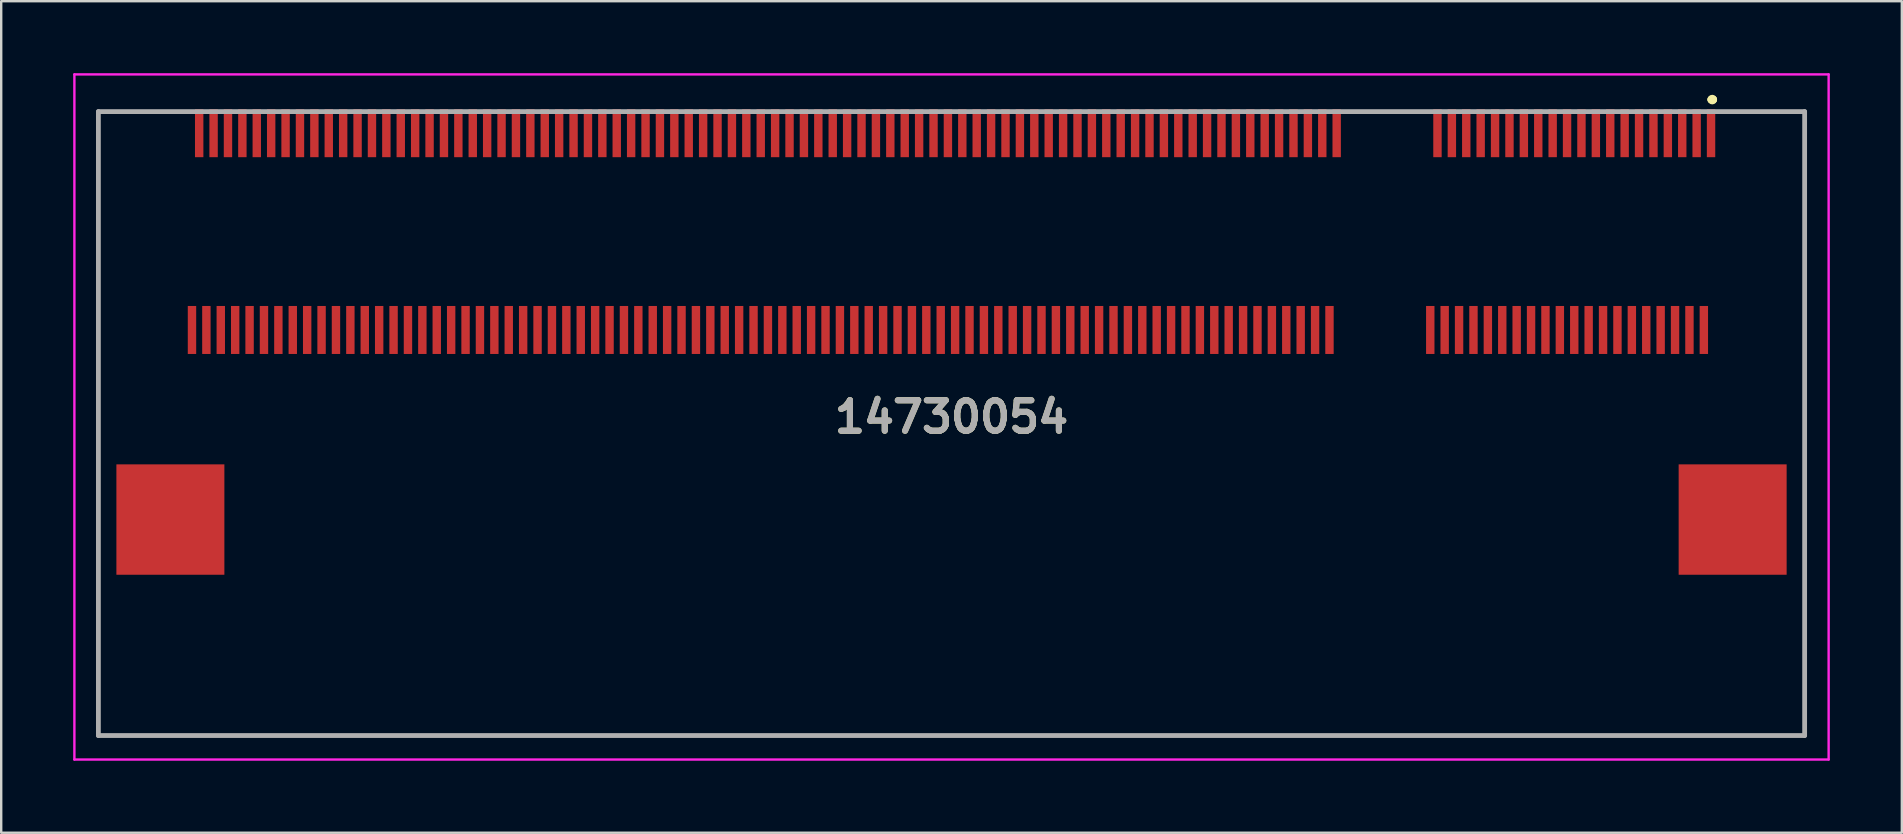
<source format=kicad_pcb>
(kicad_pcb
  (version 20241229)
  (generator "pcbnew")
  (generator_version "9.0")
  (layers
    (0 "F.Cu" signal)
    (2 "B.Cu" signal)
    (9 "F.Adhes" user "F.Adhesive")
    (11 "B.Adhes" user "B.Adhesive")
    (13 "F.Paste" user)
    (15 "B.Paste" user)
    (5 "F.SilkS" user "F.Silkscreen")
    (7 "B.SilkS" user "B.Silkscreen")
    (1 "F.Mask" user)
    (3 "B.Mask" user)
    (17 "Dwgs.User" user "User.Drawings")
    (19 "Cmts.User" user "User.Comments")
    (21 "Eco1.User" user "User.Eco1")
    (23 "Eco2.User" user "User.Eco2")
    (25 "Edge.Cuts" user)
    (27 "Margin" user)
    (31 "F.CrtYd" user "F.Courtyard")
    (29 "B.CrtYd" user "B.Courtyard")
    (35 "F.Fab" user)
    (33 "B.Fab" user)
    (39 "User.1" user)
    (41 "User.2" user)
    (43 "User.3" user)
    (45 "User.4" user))
  (footprint "14730054"
    (layer "F.Cu")
    (at 36.6 14.6)
    (property "Reference" "14730054" (at 0 -0.275 0) (layer "F.SilkS") (effects (font (size 1.27 1.27) (thickness 0.254))))
    (attr through_hole)
    (fp_line (start -35.55 -13) (end -32 -13) (stroke (width 0.1) (type solid)) (layer "F.SilkS"))
    (fp_line (start -35.55 13) (end -35.55 -13) (stroke (width 0.1) (type solid)) (layer "F.SilkS"))
    (fp_line (start 31.65 -13.5) (end 31.65 -13.5) (stroke (width 0.3) (type solid)) (layer "F.SilkS"))
    (fp_line (start 31.75 -13.5) (end 31.75 -13.5) (stroke (width 0.3) (type solid)) (layer "F.SilkS"))
    (fp_line (start 32.55 -13) (end 35.55 -13) (stroke (width 0.1) (type solid)) (layer "F.SilkS"))
    (fp_line (start 35.55 -13) (end 35.55 13) (stroke (width 0.1) (type solid)) (layer "F.SilkS"))
    (fp_line (start 35.55 13) (end -35.55 13) (stroke (width 0.1) (type solid)) (layer "F.SilkS"))
    (fp_arc (start 31.65 -13.5) (mid 31.7 -13.55) (end 31.75 -13.5) (stroke (width 0.3) (type solid)) (layer "F.SilkS"))
    (fp_arc (start 31.75 -13.5) (mid 31.7 -13.45) (end 31.65 -13.5) (stroke (width 0.3) (type solid)) (layer "F.SilkS"))
    (fp_line (start -36.55 -14.55) (end 36.55 -14.55) (stroke (width 0.1) (type solid)) (layer "F.CrtYd"))
    (fp_line (start -36.55 14) (end -36.55 -14.55) (stroke (width 0.1) (type solid)) (layer "F.CrtYd"))
    (fp_line (start 36.55 -14.55) (end 36.55 14) (stroke (width 0.1) (type solid)) (layer "F.CrtYd"))
    (fp_line (start 36.55 14) (end -36.55 14) (stroke (width 0.1) (type solid)) (layer "F.CrtYd"))
    (fp_line (start -35.55 -13) (end 35.55 -13) (stroke (width 0.2) (type solid)) (layer "F.Fab"))
    (fp_line (start -35.55 13) (end -35.55 -13) (stroke (width 0.2) (type solid)) (layer "F.Fab"))
    (fp_line (start 35.55 -13) (end 35.55 13) (stroke (width 0.2) (type solid)) (layer "F.Fab"))
    (fp_line (start 35.55 13) (end -35.55 13) (stroke (width 0.2) (type solid)) (layer "F.Fab"))
    (fp_text user "${REFERENCE}" (at 0 -0.275 0) (layer "F.Fab") (effects (font (size 1.27 1.27) (thickness 0.254))))
    (pad "" np_thru_hole circle (at -33.4 -8) (size 0.001 0.001) (drill 1.2) (layers "*.Cu" "*.Mask"))
    (pad "" np_thru_hole circle (at 33.4 -8) (size 0.001 0.001) (drill 1.7) (layers "*.Cu" "*.Mask"))
    (pad "1" smd rect (at 31.65 -12.1) (size 0.35 2) (layers "F.Cu" "F.Mask" "F.Paste"))
    (pad "2" smd rect (at 31.35 -3.9) (size 0.35 2) (layers "F.Cu" "F.Mask" "F.Paste"))
    (pad "3" smd rect (at 31.05 -12.1) (size 0.35 2) (layers "F.Cu" "F.Mask" "F.Paste"))
    (pad "4" smd rect (at 30.75 -3.9) (size 0.35 2) (layers "F.Cu" "F.Mask" "F.Paste"))
    (pad "5" smd rect (at 30.45 -12.1) (size 0.35 2) (layers "F.Cu" "F.Mask" "F.Paste"))
    (pad "6" smd rect (at 30.15 -3.9) (size 0.35 2) (layers "F.Cu" "F.Mask" "F.Paste"))
    (pad "7" smd rect (at 29.85 -12.1) (size 0.35 2) (layers "F.Cu" "F.Mask" "F.Paste"))
    (pad "8" smd rect (at 29.55 -3.9) (size 0.35 2) (layers "F.Cu" "F.Mask" "F.Paste"))
    (pad "9" smd rect (at 29.25 -12.1) (size 0.35 2) (layers "F.Cu" "F.Mask" "F.Paste"))
    (pad "10" smd rect (at 28.95 -3.9) (size 0.35 2) (layers "F.Cu" "F.Mask" "F.Paste"))
    (pad "11" smd rect (at 28.65 -12.1) (size 0.35 2) (layers "F.Cu" "F.Mask" "F.Paste"))
    (pad "12" smd rect (at 28.35 -3.9) (size 0.35 2) (layers "F.Cu" "F.Mask" "F.Paste"))
    (pad "13" smd rect (at 28.05 -12.1) (size 0.35 2) (layers "F.Cu" "F.Mask" "F.Paste"))
    (pad "14" smd rect (at 27.75 -3.9) (size 0.35 2) (layers "F.Cu" "F.Mask" "F.Paste"))
    (pad "15" smd rect (at 27.45 -12.1) (size 0.35 2) (layers "F.Cu" "F.Mask" "F.Paste"))
    (pad "16" smd rect (at 27.15 -3.9) (size 0.35 2) (layers "F.Cu" "F.Mask" "F.Paste"))
    (pad "17" smd rect (at 26.85 -12.1) (size 0.35 2) (layers "F.Cu" "F.Mask" "F.Paste"))
    (pad "18" smd rect (at 26.55 -3.9) (size 0.35 2) (layers "F.Cu" "F.Mask" "F.Paste"))
    (pad "19" smd rect (at 26.25 -12.1) (size 0.35 2) (layers "F.Cu" "F.Mask" "F.Paste"))
    (pad "20" smd rect (at 25.95 -3.9) (size 0.35 2) (layers "F.Cu" "F.Mask" "F.Paste"))
    (pad "21" smd rect (at 25.65 -12.1) (size 0.35 2) (layers "F.Cu" "F.Mask" "F.Paste"))
    (pad "22" smd rect (at 25.35 -3.9) (size 0.35 2) (layers "F.Cu" "F.Mask" "F.Paste"))
    (pad "23" smd rect (at 25.05 -12.1) (size 0.35 2) (layers "F.Cu" "F.Mask" "F.Paste"))
    (pad "24" smd rect (at 24.75 -3.9) (size 0.35 2) (layers "F.Cu" "F.Mask" "F.Paste"))
    (pad "25" smd rect (at 24.45 -12.1) (size 0.35 2) (layers "F.Cu" "F.Mask" "F.Paste"))
    (pad "26" smd rect (at 24.15 -3.9) (size 0.35 2) (layers "F.Cu" "F.Mask" "F.Paste"))
    (pad "27" smd rect (at 23.85 -12.1) (size 0.35 2) (layers "F.Cu" "F.Mask" "F.Paste"))
    (pad "28" smd rect (at 23.55 -3.9) (size 0.35 2) (layers "F.Cu" "F.Mask" "F.Paste"))
    (pad "29" smd rect (at 23.25 -12.1) (size 0.35 2) (layers "F.Cu" "F.Mask" "F.Paste"))
    (pad "30" smd rect (at 22.95 -3.9) (size 0.35 2) (layers "F.Cu" "F.Mask" "F.Paste"))
    (pad "31" smd rect (at 22.65 -12.1) (size 0.35 2) (layers "F.Cu" "F.Mask" "F.Paste"))
    (pad "32" smd rect (at 22.35 -3.9) (size 0.35 2) (layers "F.Cu" "F.Mask" "F.Paste"))
    (pad "33" smd rect (at 22.05 -12.1) (size 0.35 2) (layers "F.Cu" "F.Mask" "F.Paste"))
    (pad "34" smd rect (at 21.75 -3.9) (size 0.35 2) (layers "F.Cu" "F.Mask" "F.Paste"))
    (pad "35" smd rect (at 21.45 -12.1) (size 0.35 2) (layers "F.Cu" "F.Mask" "F.Paste"))
    (pad "36" smd rect (at 21.15 -3.9) (size 0.35 2) (layers "F.Cu" "F.Mask" "F.Paste"))
    (pad "37" smd rect (at 20.85 -12.1) (size 0.35 2) (layers "F.Cu" "F.Mask" "F.Paste"))
    (pad "38" smd rect (at 20.55 -3.9) (size 0.35 2) (layers "F.Cu" "F.Mask" "F.Paste"))
    (pad "39" smd rect (at 20.25 -12.1) (size 0.35 2) (layers "F.Cu" "F.Mask" "F.Paste"))
    (pad "40" smd rect (at 19.95 -3.9) (size 0.35 2) (layers "F.Cu" "F.Mask" "F.Paste"))
    (pad "41" smd rect (at 16.05 -12.1) (size 0.35 2) (layers "F.Cu" "F.Mask" "F.Paste"))
    (pad "42" smd rect (at 15.75 -3.9) (size 0.35 2) (layers "F.Cu" "F.Mask" "F.Paste"))
    (pad "43" smd rect (at 15.45 -12.1) (size 0.35 2) (layers "F.Cu" "F.Mask" "F.Paste"))
    (pad "44" smd rect (at 15.15 -3.9) (size 0.35 2) (layers "F.Cu" "F.Mask" "F.Paste"))
    (pad "45" smd rect (at 14.85 -12.1) (size 0.35 2) (layers "F.Cu" "F.Mask" "F.Paste"))
    (pad "46" smd rect (at 14.55 -3.9) (size 0.35 2) (layers "F.Cu" "F.Mask" "F.Paste"))
    (pad "47" smd rect (at 14.25 -12.1) (size 0.35 2) (layers "F.Cu" "F.Mask" "F.Paste"))
    (pad "48" smd rect (at 13.95 -3.9) (size 0.35 2) (layers "F.Cu" "F.Mask" "F.Paste"))
    (pad "49" smd rect (at 13.65 -12.1) (size 0.35 2) (layers "F.Cu" "F.Mask" "F.Paste"))
    (pad "50" smd rect (at 13.35 -3.9) (size 0.35 2) (layers "F.Cu" "F.Mask" "F.Paste"))
    (pad "51" smd rect (at 13.05 -12.1) (size 0.35 2) (layers "F.Cu" "F.Mask" "F.Paste"))
    (pad "52" smd rect (at 12.75 -3.9) (size 0.35 2) (layers "F.Cu" "F.Mask" "F.Paste"))
    (pad "53" smd rect (at 12.45 -12.1) (size 0.35 2) (layers "F.Cu" "F.Mask" "F.Paste"))
    (pad "54" smd rect (at 12.15 -3.9) (size 0.35 2) (layers "F.Cu" "F.Mask" "F.Paste"))
    (pad "55" smd rect (at 11.85 -12.1) (size 0.35 2) (layers "F.Cu" "F.Mask" "F.Paste"))
    (pad "56" smd rect (at 11.55 -3.9) (size 0.35 2) (layers "F.Cu" "F.Mask" "F.Paste"))
    (pad "57" smd rect (at 11.25 -12.1) (size 0.35 2) (layers "F.Cu" "F.Mask" "F.Paste"))
    (pad "58" smd rect (at 10.95 -3.9) (size 0.35 2) (layers "F.Cu" "F.Mask" "F.Paste"))
    (pad "59" smd rect (at 10.65 -12.1) (size 0.35 2) (layers "F.Cu" "F.Mask" "F.Paste"))
    (pad "60" smd rect (at 10.35 -3.9) (size 0.35 2) (layers "F.Cu" "F.Mask" "F.Paste"))
    (pad "61" smd rect (at 10.05 -12.1) (size 0.35 2) (layers "F.Cu" "F.Mask" "F.Paste"))
    (pad "62" smd rect (at 9.75 -3.9) (size 0.35 2) (layers "F.Cu" "F.Mask" "F.Paste"))
    (pad "63" smd rect (at 9.45 -12.1) (size 0.35 2) (layers "F.Cu" "F.Mask" "F.Paste"))
    (pad "64" smd rect (at 9.15 -3.9) (size 0.35 2) (layers "F.Cu" "F.Mask" "F.Paste"))
    (pad "65" smd rect (at 8.85 -12.1) (size 0.35 2) (layers "F.Cu" "F.Mask" "F.Paste"))
    (pad "66" smd rect (at 8.55 -3.9) (size 0.35 2) (layers "F.Cu" "F.Mask" "F.Paste"))
    (pad "67" smd rect (at 8.25 -12.1) (size 0.35 2) (layers "F.Cu" "F.Mask" "F.Paste"))
    (pad "68" smd rect (at 7.95 -3.9) (size 0.35 2) (layers "F.Cu" "F.Mask" "F.Paste"))
    (pad "69" smd rect (at 7.65 -12.1) (size 0.35 2) (layers "F.Cu" "F.Mask" "F.Paste"))
    (pad "70" smd rect (at 7.35 -3.9) (size 0.35 2) (layers "F.Cu" "F.Mask" "F.Paste"))
    (pad "71" smd rect (at 7.05 -12.1) (size 0.35 2) (layers "F.Cu" "F.Mask" "F.Paste"))
    (pad "72" smd rect (at 6.75 -3.9) (size 0.35 2) (layers "F.Cu" "F.Mask" "F.Paste"))
    (pad "73" smd rect (at 6.45 -12.1) (size 0.35 2) (layers "F.Cu" "F.Mask" "F.Paste"))
    (pad "74" smd rect (at 6.15 -3.9) (size 0.35 2) (layers "F.Cu" "F.Mask" "F.Paste"))
    (pad "75" smd rect (at 5.85 -12.1) (size 0.35 2) (layers "F.Cu" "F.Mask" "F.Paste"))
    (pad "76" smd rect (at 5.55 -3.9) (size 0.35 2) (layers "F.Cu" "F.Mask" "F.Paste"))
    (pad "77" smd rect (at 5.25 -12.1) (size 0.35 2) (layers "F.Cu" "F.Mask" "F.Paste"))
    (pad "78" smd rect (at 4.95 -3.9) (size 0.35 2) (layers "F.Cu" "F.Mask" "F.Paste"))
    (pad "79" smd rect (at 4.65 -12.1) (size 0.35 2) (layers "F.Cu" "F.Mask" "F.Paste"))
    (pad "80" smd rect (at 4.35 -3.9) (size 0.35 2) (layers "F.Cu" "F.Mask" "F.Paste"))
    (pad "81" smd rect (at 4.05 -12.1) (size 0.35 2) (layers "F.Cu" "F.Mask" "F.Paste"))
    (pad "82" smd rect (at 3.75 -3.9) (size 0.35 2) (layers "F.Cu" "F.Mask" "F.Paste"))
    (pad "83" smd rect (at 3.45 -12.1) (size 0.35 2) (layers "F.Cu" "F.Mask" "F.Paste"))
    (pad "84" smd rect (at 3.15 -3.9) (size 0.35 2) (layers "F.Cu" "F.Mask" "F.Paste"))
    (pad "85" smd rect (at 2.85 -12.1) (size 0.35 2) (layers "F.Cu" "F.Mask" "F.Paste"))
    (pad "86" smd rect (at 2.55 -3.9) (size 0.35 2) (layers "F.Cu" "F.Mask" "F.Paste"))
    (pad "87" smd rect (at 2.25 -12.1) (size 0.35 2) (layers "F.Cu" "F.Mask" "F.Paste"))
    (pad "88" smd rect (at 1.95 -3.9) (size 0.35 2) (layers "F.Cu" "F.Mask" "F.Paste"))
    (pad "89" smd rect (at 1.65 -12.1) (size 0.35 2) (layers "F.Cu" "F.Mask" "F.Paste"))
    (pad "90" smd rect (at 1.35 -3.9) (size 0.35 2) (layers "F.Cu" "F.Mask" "F.Paste"))
    (pad "91" smd rect (at 1.05 -12.1) (size 0.35 2) (layers "F.Cu" "F.Mask" "F.Paste"))
    (pad "92" smd rect (at 0.75 -3.9) (size 0.35 2) (layers "F.Cu" "F.Mask" "F.Paste"))
    (pad "93" smd rect (at 0.45 -12.1) (size 0.35 2) (layers "F.Cu" "F.Mask" "F.Paste"))
    (pad "94" smd rect (at 0.15 -3.9) (size 0.35 2) (layers "F.Cu" "F.Mask" "F.Paste"))
    (pad "95" smd rect (at -0.15 -12.1) (size 0.35 2) (layers "F.Cu" "F.Mask" "F.Paste"))
    (pad "96" smd rect (at -0.45 -3.9) (size 0.35 2) (layers "F.Cu" "F.Mask" "F.Paste"))
    (pad "97" smd rect (at -0.75 -12.1) (size 0.35 2) (layers "F.Cu" "F.Mask" "F.Paste"))
    (pad "98" smd rect (at -1.05 -3.9) (size 0.35 2) (layers "F.Cu" "F.Mask" "F.Paste"))
    (pad "99" smd rect (at -1.35 -12.1) (size 0.35 2) (layers "F.Cu" "F.Mask" "F.Paste"))
    (pad "100" smd rect (at -1.65 -3.9) (size 0.35 2) (layers "F.Cu" "F.Mask" "F.Paste"))
    (pad "101" smd rect (at -1.95 -12.1) (size 0.35 2) (layers "F.Cu" "F.Mask" "F.Paste"))
    (pad "102" smd rect (at -2.25 -3.9) (size 0.35 2) (layers "F.Cu" "F.Mask" "F.Paste"))
    (pad "103" smd rect (at -2.55 -12.1) (size 0.35 2) (layers "F.Cu" "F.Mask" "F.Paste"))
    (pad "104" smd rect (at -2.85 -3.9) (size 0.35 2) (layers "F.Cu" "F.Mask" "F.Paste"))
    (pad "105" smd rect (at -3.15 -12.1) (size 0.35 2) (layers "F.Cu" "F.Mask" "F.Paste"))
    (pad "106" smd rect (at -3.45 -3.9) (size 0.35 2) (layers "F.Cu" "F.Mask" "F.Paste"))
    (pad "107" smd rect (at -3.75 -12.1) (size 0.35 2) (layers "F.Cu" "F.Mask" "F.Paste"))
    (pad "108" smd rect (at -4.05 -3.9) (size 0.35 2) (layers "F.Cu" "F.Mask" "F.Paste"))
    (pad "109" smd rect (at -4.35 -12.1) (size 0.35 2) (layers "F.Cu" "F.Mask" "F.Paste"))
    (pad "110" smd rect (at -4.65 -3.9) (size 0.35 2) (layers "F.Cu" "F.Mask" "F.Paste"))
    (pad "111" smd rect (at -4.95 -12.1) (size 0.35 2) (layers "F.Cu" "F.Mask" "F.Paste"))
    (pad "112" smd rect (at -5.25 -3.9) (size 0.35 2) (layers "F.Cu" "F.Mask" "F.Paste"))
    (pad "113" smd rect (at -5.55 -12.1) (size 0.35 2) (layers "F.Cu" "F.Mask" "F.Paste"))
    (pad "114" smd rect (at -5.85 -3.9) (size 0.35 2) (layers "F.Cu" "F.Mask" "F.Paste"))
    (pad "115" smd rect (at -6.15 -12.1) (size 0.35 2) (layers "F.Cu" "F.Mask" "F.Paste"))
    (pad "116" smd rect (at -6.45 -3.9) (size 0.35 2) (layers "F.Cu" "F.Mask" "F.Paste"))
    (pad "117" smd rect (at -6.75 -12.1) (size 0.35 2) (layers "F.Cu" "F.Mask" "F.Paste"))
    (pad "118" smd rect (at -7.05 -3.9) (size 0.35 2) (layers "F.Cu" "F.Mask" "F.Paste"))
    (pad "119" smd rect (at -7.35 -12.1) (size 0.35 2) (layers "F.Cu" "F.Mask" "F.Paste"))
    (pad "120" smd rect (at -7.65 -3.9) (size 0.35 2) (layers "F.Cu" "F.Mask" "F.Paste"))
    (pad "121" smd rect (at -7.95 -12.1) (size 0.35 2) (layers "F.Cu" "F.Mask" "F.Paste"))
    (pad "122" smd rect (at -8.25 -3.9) (size 0.35 2) (layers "F.Cu" "F.Mask" "F.Paste"))
    (pad "123" smd rect (at -8.55 -12.1) (size 0.35 2) (layers "F.Cu" "F.Mask" "F.Paste"))
    (pad "124" smd rect (at -8.85 -3.9) (size 0.35 2) (layers "F.Cu" "F.Mask" "F.Paste"))
    (pad "125" smd rect (at -9.15 -12.1) (size 0.35 2) (layers "F.Cu" "F.Mask" "F.Paste"))
    (pad "126" smd rect (at -9.45 -3.9) (size 0.35 2) (layers "F.Cu" "F.Mask" "F.Paste"))
    (pad "127" smd rect (at -9.75 -12.1) (size 0.35 2) (layers "F.Cu" "F.Mask" "F.Paste"))
    (pad "128" smd rect (at -10.05 -3.9) (size 0.35 2) (layers "F.Cu" "F.Mask" "F.Paste"))
    (pad "129" smd rect (at -10.35 -12.1) (size 0.35 2) (layers "F.Cu" "F.Mask" "F.Paste"))
    (pad "130" smd rect (at -10.65 -3.9) (size 0.35 2) (layers "F.Cu" "F.Mask" "F.Paste"))
    (pad "131" smd rect (at -10.95 -12.1) (size 0.35 2) (layers "F.Cu" "F.Mask" "F.Paste"))
    (pad "132" smd rect (at -11.25 -3.9) (size 0.35 2) (layers "F.Cu" "F.Mask" "F.Paste"))
    (pad "133" smd rect (at -11.55 -12.1) (size 0.35 2) (layers "F.Cu" "F.Mask" "F.Paste"))
    (pad "134" smd rect (at -11.85 -3.9) (size 0.35 2) (layers "F.Cu" "F.Mask" "F.Paste"))
    (pad "135" smd rect (at -12.15 -12.1) (size 0.35 2) (layers "F.Cu" "F.Mask" "F.Paste"))
    (pad "136" smd rect (at -12.45 -3.9) (size 0.35 2) (layers "F.Cu" "F.Mask" "F.Paste"))
    (pad "137" smd rect (at -12.75 -12.1) (size 0.35 2) (layers "F.Cu" "F.Mask" "F.Paste"))
    (pad "138" smd rect (at -13.05 -3.9) (size 0.35 2) (layers "F.Cu" "F.Mask" "F.Paste"))
    (pad "139" smd rect (at -13.35 -12.1) (size 0.35 2) (layers "F.Cu" "F.Mask" "F.Paste"))
    (pad "140" smd rect (at -13.65 -3.9) (size 0.35 2) (layers "F.Cu" "F.Mask" "F.Paste"))
    (pad "141" smd rect (at -13.95 -12.1) (size 0.35 2) (layers "F.Cu" "F.Mask" "F.Paste"))
    (pad "142" smd rect (at -14.25 -3.9) (size 0.35 2) (layers "F.Cu" "F.Mask" "F.Paste"))
    (pad "143" smd rect (at -14.55 -12.1) (size 0.35 2) (layers "F.Cu" "F.Mask" "F.Paste"))
    (pad "144" smd rect (at -14.85 -3.9) (size 0.35 2) (layers "F.Cu" "F.Mask" "F.Paste"))
    (pad "145" smd rect (at -15.15 -12.1) (size 0.35 2) (layers "F.Cu" "F.Mask" "F.Paste"))
    (pad "146" smd rect (at -15.45 -3.9) (size 0.35 2) (layers "F.Cu" "F.Mask" "F.Paste"))
    (pad "147" smd rect (at -15.75 -12.1) (size 0.35 2) (layers "F.Cu" "F.Mask" "F.Paste"))
    (pad "148" smd rect (at -16.05 -3.9) (size 0.35 2) (layers "F.Cu" "F.Mask" "F.Paste"))
    (pad "149" smd rect (at -16.35 -12.1) (size 0.35 2) (layers "F.Cu" "F.Mask" "F.Paste"))
    (pad "150" smd rect (at -16.65 -3.9) (size 0.35 2) (layers "F.Cu" "F.Mask" "F.Paste"))
    (pad "151" smd rect (at -16.95 -12.1) (size 0.35 2) (layers "F.Cu" "F.Mask" "F.Paste"))
    (pad "152" smd rect (at -17.25 -3.9) (size 0.35 2) (layers "F.Cu" "F.Mask" "F.Paste"))
    (pad "153" smd rect (at -17.55 -12.1) (size 0.35 2) (layers "F.Cu" "F.Mask" "F.Paste"))
    (pad "154" smd rect (at -17.85 -3.9) (size 0.35 2) (layers "F.Cu" "F.Mask" "F.Paste"))
    (pad "155" smd rect (at -18.15 -12.1) (size 0.35 2) (layers "F.Cu" "F.Mask" "F.Paste"))
    (pad "156" smd rect (at -18.45 -3.9) (size 0.35 2) (layers "F.Cu" "F.Mask" "F.Paste"))
    (pad "157" smd rect (at -18.75 -12.1) (size 0.35 2) (layers "F.Cu" "F.Mask" "F.Paste"))
    (pad "158" smd rect (at -19.05 -3.9) (size 0.35 2) (layers "F.Cu" "F.Mask" "F.Paste"))
    (pad "159" smd rect (at -19.35 -12.1) (size 0.35 2) (layers "F.Cu" "F.Mask" "F.Paste"))
    (pad "160" smd rect (at -19.65 -3.9) (size 0.35 2) (layers "F.Cu" "F.Mask" "F.Paste"))
    (pad "161" smd rect (at -19.95 -12.1) (size 0.35 2) (layers "F.Cu" "F.Mask" "F.Paste"))
    (pad "162" smd rect (at -20.25 -3.9) (size 0.35 2) (layers "F.Cu" "F.Mask" "F.Paste"))
    (pad "163" smd rect (at -20.55 -12.1) (size 0.35 2) (layers "F.Cu" "F.Mask" "F.Paste"))
    (pad "164" smd rect (at -20.85 -3.9) (size 0.35 2) (layers "F.Cu" "F.Mask" "F.Paste"))
    (pad "165" smd rect (at -21.15 -12.1) (size 0.35 2) (layers "F.Cu" "F.Mask" "F.Paste"))
    (pad "166" smd rect (at -21.45 -3.9) (size 0.35 2) (layers "F.Cu" "F.Mask" "F.Paste"))
    (pad "167" smd rect (at -21.75 -12.1) (size 0.35 2) (layers "F.Cu" "F.Mask" "F.Paste"))
    (pad "168" smd rect (at -22.05 -3.9) (size 0.35 2) (layers "F.Cu" "F.Mask" "F.Paste"))
    (pad "169" smd rect (at -22.35 -12.1) (size 0.35 2) (layers "F.Cu" "F.Mask" "F.Paste"))
    (pad "170" smd rect (at -22.65 -3.9) (size 0.35 2) (layers "F.Cu" "F.Mask" "F.Paste"))
    (pad "171" smd rect (at -22.95 -12.1) (size 0.35 2) (layers "F.Cu" "F.Mask" "F.Paste"))
    (pad "172" smd rect (at -23.25 -3.9) (size 0.35 2) (layers "F.Cu" "F.Mask" "F.Paste"))
    (pad "173" smd rect (at -23.55 -12.1) (size 0.35 2) (layers "F.Cu" "F.Mask" "F.Paste"))
    (pad "174" smd rect (at -23.85 -3.9) (size 0.35 2) (layers "F.Cu" "F.Mask" "F.Paste"))
    (pad "175" smd rect (at -24.15 -12.1) (size 0.35 2) (layers "F.Cu" "F.Mask" "F.Paste"))
    (pad "176" smd rect (at -24.45 -3.9) (size 0.35 2) (layers "F.Cu" "F.Mask" "F.Paste"))
    (pad "177" smd rect (at -24.75 -12.1) (size 0.35 2) (layers "F.Cu" "F.Mask" "F.Paste"))
    (pad "178" smd rect (at -25.05 -3.9) (size 0.35 2) (layers "F.Cu" "F.Mask" "F.Paste"))
    (pad "179" smd rect (at -25.35 -12.1) (size 0.35 2) (layers "F.Cu" "F.Mask" "F.Paste"))
    (pad "180" smd rect (at -25.65 -3.9) (size 0.35 2) (layers "F.Cu" "F.Mask" "F.Paste"))
    (pad "181" smd rect (at -25.95 -12.1) (size 0.35 2) (layers "F.Cu" "F.Mask" "F.Paste"))
    (pad "182" smd rect (at -26.25 -3.9) (size 0.35 2) (layers "F.Cu" "F.Mask" "F.Paste"))
    (pad "183" smd rect (at -26.55 -12.1) (size 0.35 2) (layers "F.Cu" "F.Mask" "F.Paste"))
    (pad "184" smd rect (at -26.85 -3.9) (size 0.35 2) (layers "F.Cu" "F.Mask" "F.Paste"))
    (pad "185" smd rect (at -27.15 -12.1) (size 0.35 2) (layers "F.Cu" "F.Mask" "F.Paste"))
    (pad "186" smd rect (at -27.45 -3.9) (size 0.35 2) (layers "F.Cu" "F.Mask" "F.Paste"))
    (pad "187" smd rect (at -27.75 -12.1) (size 0.35 2) (layers "F.Cu" "F.Mask" "F.Paste"))
    (pad "188" smd rect (at -28.05 -3.9) (size 0.35 2) (layers "F.Cu" "F.Mask" "F.Paste"))
    (pad "189" smd rect (at -28.35 -12.1) (size 0.35 2) (layers "F.Cu" "F.Mask" "F.Paste"))
    (pad "190" smd rect (at -28.65 -3.9) (size 0.35 2) (layers "F.Cu" "F.Mask" "F.Paste"))
    (pad "191" smd rect (at -28.95 -12.1) (size 0.35 2) (layers "F.Cu" "F.Mask" "F.Paste"))
    (pad "192" smd rect (at -29.25 -3.9) (size 0.35 2) (layers "F.Cu" "F.Mask" "F.Paste"))
    (pad "193" smd rect (at -29.55 -12.1) (size 0.35 2) (layers "F.Cu" "F.Mask" "F.Paste"))
    (pad "194" smd rect (at -29.85 -3.9) (size 0.35 2) (layers "F.Cu" "F.Mask" "F.Paste"))
    (pad "195" smd rect (at -30.15 -12.1) (size 0.35 2) (layers "F.Cu" "F.Mask" "F.Paste"))
    (pad "196" smd rect (at -30.45 -3.9) (size 0.35 2) (layers "F.Cu" "F.Mask" "F.Paste"))
    (pad "197" smd rect (at -30.75 -12.1) (size 0.35 2) (layers "F.Cu" "F.Mask" "F.Paste"))
    (pad "198" smd rect (at -31.05 -3.9) (size 0.35 2) (layers "F.Cu" "F.Mask" "F.Paste"))
    (pad "199" smd rect (at -31.35 -12.1) (size 0.35 2) (layers "F.Cu" "F.Mask" "F.Paste"))
    (pad "200" smd rect (at -31.65 -3.9) (size 0.35 2) (layers "F.Cu" "F.Mask" "F.Paste"))
    (pad "MP1" smd rect (at 32.55 4) (size 4.5 4.6) (layers "F.Cu" "F.Mask" "F.Paste"))
    (pad "MP2" smd rect (at -32.55 4) (size 4.5 4.6) (layers "F.Cu" "F.Mask" "F.Paste")))
  (gr_rect
    (start -3 -3)
    (end 76.2 31.65)
    (stroke (width 0.1) (type default))
    (fill no)
    (layer "Edge.Cuts")))
</source>
